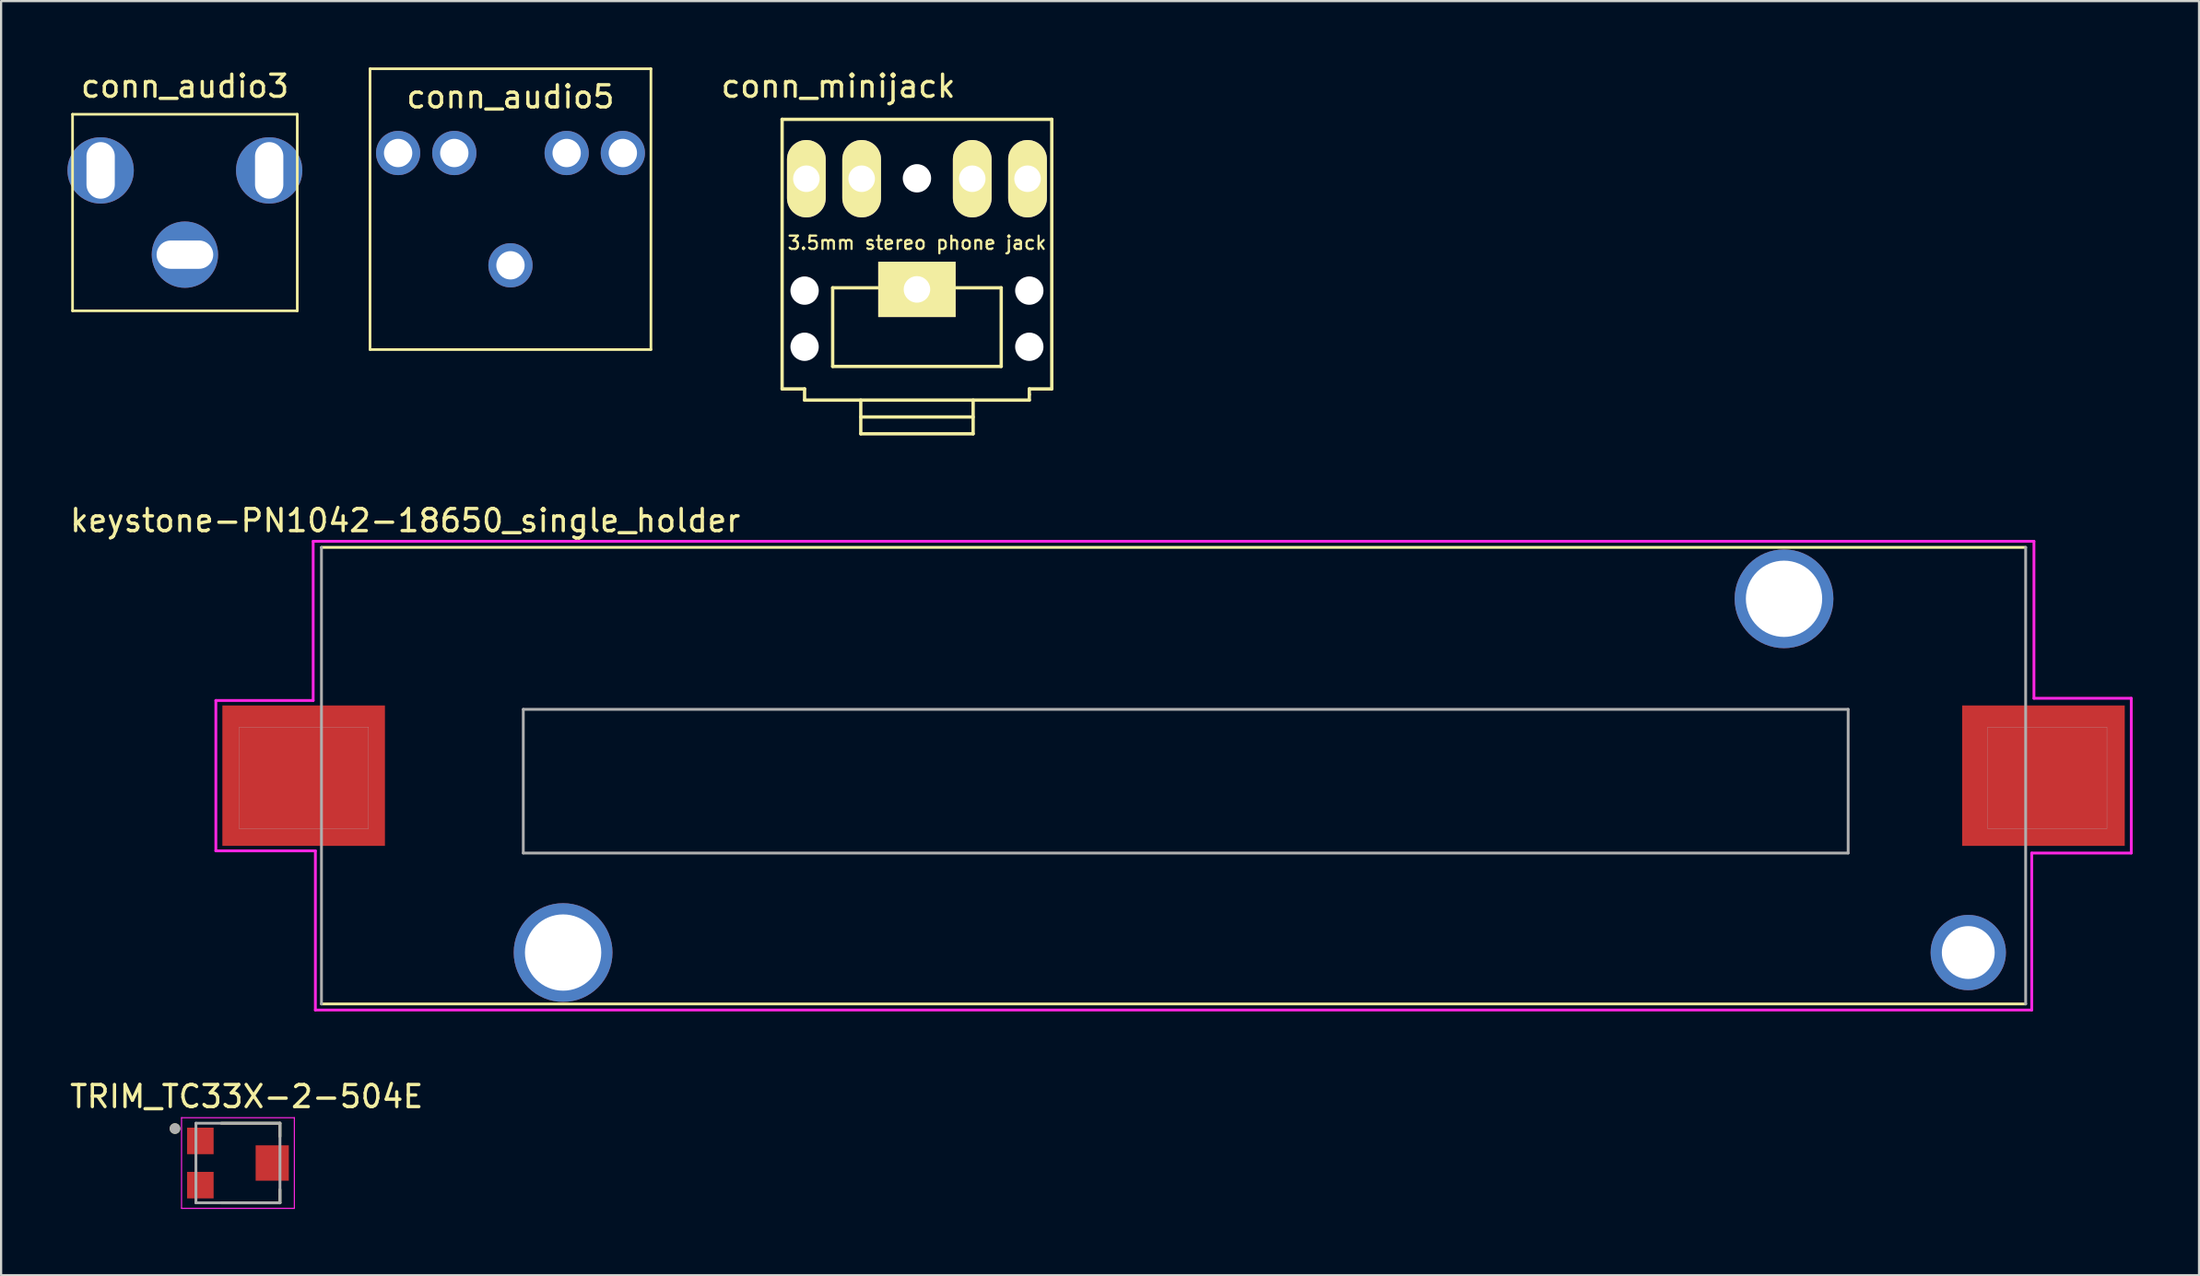
<source format=kicad_pcb>
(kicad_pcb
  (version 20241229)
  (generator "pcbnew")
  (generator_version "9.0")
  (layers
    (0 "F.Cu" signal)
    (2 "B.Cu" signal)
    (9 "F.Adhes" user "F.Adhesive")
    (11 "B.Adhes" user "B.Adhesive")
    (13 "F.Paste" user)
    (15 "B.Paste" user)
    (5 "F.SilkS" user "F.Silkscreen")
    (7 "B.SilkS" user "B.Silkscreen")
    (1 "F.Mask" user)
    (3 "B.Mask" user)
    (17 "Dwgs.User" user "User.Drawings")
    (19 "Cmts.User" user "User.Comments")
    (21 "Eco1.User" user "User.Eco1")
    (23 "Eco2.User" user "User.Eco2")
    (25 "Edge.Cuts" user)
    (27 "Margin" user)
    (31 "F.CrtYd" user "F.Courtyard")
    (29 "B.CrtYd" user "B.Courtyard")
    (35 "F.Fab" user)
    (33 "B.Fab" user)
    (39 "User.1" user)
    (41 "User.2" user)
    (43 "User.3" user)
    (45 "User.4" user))
  (footprint "conn_minijack"
    (layer "F.Cu")
    (at 38.407 5.141)
    (property "Reference" "conn_minijack" (at -3.556 -4.293 0) (layer "F.SilkS") (effects (font (size 1 1) (thickness 0.15))))
    (attr through_hole)
    (fp_line (start -6.096 -2.794) (end 6.096 -2.794) (stroke (width 0.15) (type solid)) (layer "F.SilkS"))
    (fp_line (start -6.096 9.398) (end -6.096 -2.794) (stroke (width 0.15) (type solid)) (layer "F.SilkS"))
    (fp_line (start -6.096 9.398) (end -5.08 9.398) (stroke (width 0.15) (type solid)) (layer "F.SilkS"))
    (fp_line (start -5.08 9.906) (end -5.08 9.398) (stroke (width 0.15) (type solid)) (layer "F.SilkS"))
    (fp_line (start -3.81 4.826) (end -1.778 4.826) (stroke (width 0.15) (type solid)) (layer "F.SilkS"))
    (fp_line (start -3.81 8.382) (end -3.81 4.826) (stroke (width 0.15) (type solid)) (layer "F.SilkS"))
    (fp_line (start -2.54 9.906) (end -2.54 11.43) (stroke (width 0.15) (type solid)) (layer "F.SilkS"))
    (fp_line (start 1.778 4.826) (end 3.81 4.826) (stroke (width 0.15) (type solid)) (layer "F.SilkS"))
    (fp_line (start 2.54 10.668) (end -2.54 10.668) (stroke (width 0.15) (type solid)) (layer "F.SilkS"))
    (fp_line (start 2.54 11.43) (end -2.54 11.43) (stroke (width 0.15) (type solid)) (layer "F.SilkS"))
    (fp_line (start 2.54 11.43) (end 2.54 9.906) (stroke (width 0.15) (type solid)) (layer "F.SilkS"))
    (fp_line (start 3.81 4.826) (end 3.81 8.382) (stroke (width 0.15) (type solid)) (layer "F.SilkS"))
    (fp_line (start 3.81 8.382) (end -3.81 8.382) (stroke (width 0.15) (type solid)) (layer "F.SilkS"))
    (fp_line (start 5.08 9.398) (end 5.08 9.652) (stroke (width 0.15) (type solid)) (layer "F.SilkS"))
    (fp_line (start 5.08 9.398) (end 6.096 9.398) (stroke (width 0.15) (type solid)) (layer "F.SilkS"))
    (fp_line (start 5.08 9.652) (end 5.08 9.906) (stroke (width 0.15) (type solid)) (layer "F.SilkS"))
    (fp_line (start 5.08 9.906) (end -5.08 9.906) (stroke (width 0.15) (type solid)) (layer "F.SilkS"))
    (fp_line (start 6.096 -2.794) (end 6.096 9.398) (stroke (width 0.15) (type solid)) (layer "F.SilkS"))
    (fp_text user "3.5mm stereo phone jack" (at 0 2.794 180) (layer "F.SilkS") (effects (font (size 0.6 0.6) (thickness 0.1))))
    (pad "" np_thru_hole circle (at -5.08 4.953) (size 1.28 1.28) (drill 1.28) (layers "*.Cu" "*.Mask"))
    (pad "" np_thru_hole circle (at -5.08 7.493) (size 1.28 1.28) (drill 1.28) (layers "*.Cu" "*.Mask"))
    (pad "" np_thru_hole circle (at 0 -0.127) (size 1.28 1.28) (drill 1.28) (layers "*.Cu" "*.Mask"))
    (pad "" np_thru_hole circle (at 5.08 4.953) (size 1.28 1.28) (drill 1.28) (layers "*.Cu" "*.Mask"))
    (pad "" np_thru_hole circle (at 5.08 7.493) (size 1.28 1.28) (drill 1.28) (layers "*.Cu" "*.Mask"))
    (pad "R" thru_hole oval (at -5 -0.108 180) (size 1.75 3.5) (drill 1.2) (layers "*.Cu" "*.Mask" "F.SilkS"))
    (pad "RN" thru_hole oval (at -2.5 -0.108 180) (size 1.75 3.5) (drill 1.2) (layers "*.Cu" "*.Mask" "F.SilkS"))
    (pad "S" thru_hole rect (at 0 4.898 180) (size 3.5 2.5) (drill 1.2) (layers "*.Cu" "*.Mask" "F.SilkS"))
    (pad "T" thru_hole oval (at 5 -0.108 180) (size 1.75 3.5) (drill 1.2) (layers "*.Cu" "*.Mask" "F.SilkS"))
    (pad "TN" thru_hole oval (at 2.5 -0.108 180) (size 1.75 3.5) (drill 1.2) (layers "*.Cu" "*.Mask" "F.SilkS")))
  (footprint "TRIM_TC33X-2-504E"
    (layer "F.Cu")
    (at 7.808 49.553)
    (property "Reference" "TRIM_TC33X-2-504E" (at 0.294 -3.008 180) (layer "F.SilkS") (effects (font (size 1 1) (thickness 0.15))))
    (attr through_hole)
    (fp_line (start -0.85 -1.8) (end 1.8 -1.8) (stroke (width 0.127) (type solid)) (layer "F.SilkS"))
    (fp_line (start -0.85 1.8) (end 1.8 1.8) (stroke (width 0.127) (type solid)) (layer "F.SilkS"))
    (fp_line (start 1.8 -1.8) (end 1.8 -1.2) (stroke (width 0.127) (type solid)) (layer "F.SilkS"))
    (fp_line (start 1.8 1.8) (end 1.8 1.2) (stroke (width 0.127) (type solid)) (layer "F.SilkS"))
    (fp_circle (center -2.946 -1.558) (end -2.826 -1.558) (stroke (width 0.24) (type solid)) (fill no) (layer "F.SilkS"))
    (fp_line (start -2.65 -2.05) (end 2.45 -2.05) (stroke (width 0.05) (type solid)) (layer "F.CrtYd"))
    (fp_line (start -2.65 2.05) (end -2.65 -2.05) (stroke (width 0.05) (type solid)) (layer "F.CrtYd"))
    (fp_line (start 2.45 -2.05) (end 2.45 2.05) (stroke (width 0.05) (type solid)) (layer "F.CrtYd"))
    (fp_line (start 2.45 2.05) (end -2.65 2.05) (stroke (width 0.05) (type solid)) (layer "F.CrtYd"))
    (fp_line (start -2 -1.8) (end 1.8 -1.8) (stroke (width 0.127) (type solid)) (layer "F.Fab"))
    (fp_line (start -2 1.8) (end -2 -1.8) (stroke (width 0.127) (type solid)) (layer "F.Fab"))
    (fp_line (start 1.8 -1.8) (end 1.8 1.8) (stroke (width 0.127) (type solid)) (layer "F.Fab"))
    (fp_line (start 1.8 1.8) (end -2 1.8) (stroke (width 0.127) (type solid)) (layer "F.Fab"))
    (fp_circle (center -2.946 -1.558) (end -2.826 -1.558) (stroke (width 0.24) (type solid)) (fill no) (layer "F.Fab"))
    (pad "1" smd rect (at -1.8 -1) (size 1.2 1.2) (layers "F.Cu" "F.Mask" "F.Paste"))
    (pad "2" smd rect (at 1.45 0) (size 1.5 1.6) (layers "F.Cu" "F.Mask" "F.Paste"))
    (pad "3" smd rect (at -1.8 1) (size 1.2 1.2) (layers "F.Cu" "F.Mask" "F.Paste")))
  (footprint "conn_audio3"
    (layer "F.Cu")
    (at 5.31 4.658)
    (property "Reference" "conn_audio3" (at 0 -3.81 0) (layer "F.SilkS") (effects (font (size 1 1) (thickness 0.15))))
    (attr through_hole)
    (fp_line (start -5.08 -2.54) (end 5.08 -2.54) (stroke (width 0.12) (type solid)) (layer "F.SilkS"))
    (fp_line (start -5.08 6.35) (end -5.08 -2.54) (stroke (width 0.12) (type solid)) (layer "F.SilkS"))
    (fp_line (start 5.08 -2.54) (end 5.08 6.35) (stroke (width 0.12) (type solid)) (layer "F.SilkS"))
    (fp_line (start 5.08 6.35) (end -5.08 6.35) (stroke (width 0.12) (type solid)) (layer "F.SilkS"))
    (pad "G" thru_hole circle (at 0 3.81) (size 3 3) (drill oval 2.56 1.28) (layers "*.Cu" "*.Mask"))
    (pad "S" thru_hole circle (at -3.81 0 90) (size 3 3) (drill oval 2.56 1.28) (layers "*.Cu" "*.Mask"))
    (pad "T" thru_hole circle (at 3.81 0 90) (size 3 3) (drill oval 2.56 1.28) (layers "*.Cu" "*.Mask")))
  (footprint "conn_audio5"
    (layer "F.Cu")
    (at 20.03 3.87)
    (property "Reference" "conn_audio5" (at 0 -2.54 0) (layer "F.SilkS") (effects (font (size 1 1) (thickness 0.15))))
    (attr through_hole)
    (fp_line (start -6.35 -3.81) (end 6.35 -3.81) (stroke (width 0.12) (type solid)) (layer "F.SilkS"))
    (fp_line (start -6.35 8.89) (end -6.35 -3.81) (stroke (width 0.12) (type solid)) (layer "F.SilkS"))
    (fp_line (start 6.35 -3.81) (end 6.35 8.89) (stroke (width 0.12) (type solid)) (layer "F.SilkS"))
    (fp_line (start 6.35 8.89) (end -6.35 8.89) (stroke (width 0.12) (type solid)) (layer "F.SilkS"))
    (pad "G" thru_hole circle (at 0 5.08 90) (size 2 2) (drill 1.28) (layers "*.Cu" "*.Mask"))
    (pad "S" thru_hole circle (at -5.08 0 90) (size 2 2) (drill 1.28) (layers "*.Cu" "*.Mask"))
    (pad "SN" thru_hole circle (at -2.54 0 90) (size 2 2) (drill 1.28) (layers "*.Cu" "*.Mask"))
    (pad "T" thru_hole circle (at 2.54 0 90) (size 2 2) (drill 1.28) (layers "*.Cu" "*.Mask"))
    (pad "TN" thru_hole circle (at 5.08 0 90) (size 2 2) (drill 1.28) (layers "*.Cu" "*.Mask")))
  (footprint "keystone-PN1042-18650_single_holder"
    (layer "F.Cu")
    (at 50.009 32.033)
    (property "Reference" "keystone-PN1042-18650_single_holder" (at -34.736 -11.539 0) (layer "F.SilkS") (effects (font (size 1 1) (thickness 0.15))))
    (attr through_hole)
    (fp_line (start -38.525 -10.325) (end 38.525 -10.325) (stroke (width 0.127) (type solid)) (layer "F.SilkS"))
    (fp_line (start 38.525 10.325) (end -38.525 10.325) (stroke (width 0.127) (type solid)) (layer "F.SilkS"))
    (fp_line (start -43.3 -3.4) (end -38.9 -3.4) (stroke (width 0.127) (type solid)) (layer "F.CrtYd"))
    (fp_line (start -43.3 3.4) (end -43.3 -3.4) (stroke (width 0.127) (type solid)) (layer "F.CrtYd"))
    (fp_line (start -38.9 -10.6) (end 38.9 -10.6) (stroke (width 0.127) (type solid)) (layer "F.CrtYd"))
    (fp_line (start -38.9 -3.4) (end -38.9 -10.6) (stroke (width 0.127) (type solid)) (layer "F.CrtYd"))
    (fp_line (start -38.8 3.4) (end -43.3 3.4) (stroke (width 0.127) (type solid)) (layer "F.CrtYd"))
    (fp_line (start -38.8 10.6) (end -38.8 3.4) (stroke (width 0.127) (type solid)) (layer "F.CrtYd"))
    (fp_line (start 38.8 3.5) (end 38.8 10.6) (stroke (width 0.127) (type solid)) (layer "F.CrtYd"))
    (fp_line (start 38.8 10.6) (end -38.8 10.6) (stroke (width 0.127) (type solid)) (layer "F.CrtYd"))
    (fp_line (start 38.9 -10.6) (end 38.9 -3.5) (stroke (width 0.127) (type solid)) (layer "F.CrtYd"))
    (fp_line (start 38.9 -3.5) (end 43.3 -3.5) (stroke (width 0.127) (type solid)) (layer "F.CrtYd"))
    (fp_line (start 43.3 -3.5) (end 43.3 3.5) (stroke (width 0.127) (type solid)) (layer "F.CrtYd"))
    (fp_line (start 43.3 3.5) (end 38.8 3.5) (stroke (width 0.127) (type solid)) (layer "F.CrtYd"))
    (fp_line (start -38.525 10.325) (end -38.525 -10.325) (stroke (width 0.127) (type solid)) (layer "F.Fab"))
    (fp_line (start -29.4 -3) (end -29.4 3.5) (stroke (width 0.127) (type solid)) (layer "F.Fab"))
    (fp_line (start -29.4 3.5) (end 30.5 3.5) (stroke (width 0.127) (type solid)) (layer "F.Fab"))
    (fp_line (start 30.5 -3) (end -29.4 -3) (stroke (width 0.127) (type solid)) (layer "F.Fab"))
    (fp_line (start 30.5 3.5) (end 30.5 -3) (stroke (width 0.127) (type solid)) (layer "F.Fab"))
    (fp_line (start 38.525 -10.325) (end 38.525 10.325) (stroke (width 0.127) (type solid)) (layer "F.Fab"))
    (fp_poly (pts (xy -42.246 -2.2) (xy -36.4 -2.2) (xy -36.4 2.403) (xy -42.246 2.403)) (stroke (width 0.01) (type solid)) (fill no) (layer "F.Fab"))
    (fp_poly (pts (xy 36.807 -2.2) (xy 42.2 -2.2) (xy 42.2 2.4) (xy 36.807 2.4)) (stroke (width 0.01) (type solid)) (fill no) (layer "F.Fab"))
    (pad "+" smd rect (at 39.33 0) (size 7.35 6.35) (layers "F.Cu" "F.Mask" "F.Paste"))
    (pad "-" smd rect (at -39.33 0) (size 7.35 6.35) (layers "F.Cu" "F.Mask" "F.Paste"))
    (pad "P$1" thru_hole circle (at -27.6 8) (size 4.466 4.466) (drill 3.45) (layers "*.Cu" "*.Mask"))
    (pad "P$2" thru_hole circle (at 27.6 -8) (size 4.466 4.466) (drill 3.45) (layers "*.Cu" "*.Mask"))
    (pad "P$3" thru_hole circle (at 35.93 8) (size 3.406 3.406) (drill 2.39) (layers "*.Cu" "*.Mask")))
  (gr_rect
    (start -3 -3)
    (end 96.373 54.628)
    (stroke (width 0.1) (type default))
    (fill no)
    (layer "Edge.Cuts")))
</source>
